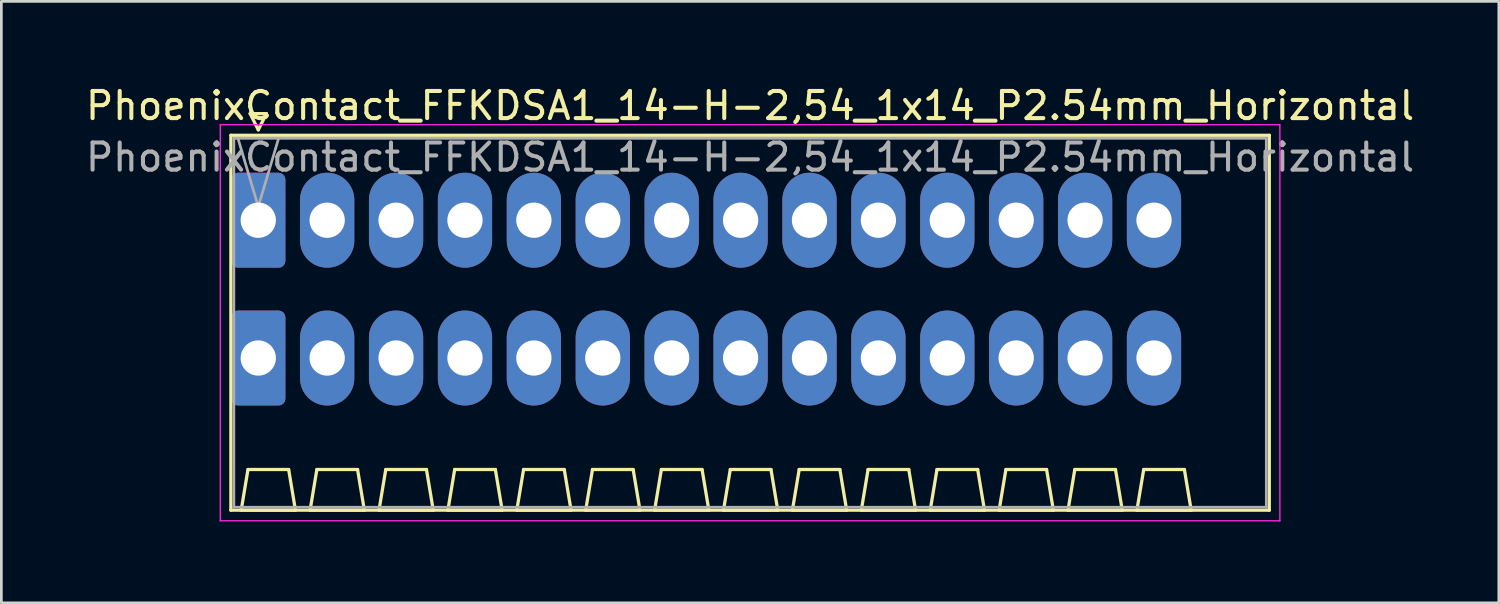
<source format=kicad_pcb>
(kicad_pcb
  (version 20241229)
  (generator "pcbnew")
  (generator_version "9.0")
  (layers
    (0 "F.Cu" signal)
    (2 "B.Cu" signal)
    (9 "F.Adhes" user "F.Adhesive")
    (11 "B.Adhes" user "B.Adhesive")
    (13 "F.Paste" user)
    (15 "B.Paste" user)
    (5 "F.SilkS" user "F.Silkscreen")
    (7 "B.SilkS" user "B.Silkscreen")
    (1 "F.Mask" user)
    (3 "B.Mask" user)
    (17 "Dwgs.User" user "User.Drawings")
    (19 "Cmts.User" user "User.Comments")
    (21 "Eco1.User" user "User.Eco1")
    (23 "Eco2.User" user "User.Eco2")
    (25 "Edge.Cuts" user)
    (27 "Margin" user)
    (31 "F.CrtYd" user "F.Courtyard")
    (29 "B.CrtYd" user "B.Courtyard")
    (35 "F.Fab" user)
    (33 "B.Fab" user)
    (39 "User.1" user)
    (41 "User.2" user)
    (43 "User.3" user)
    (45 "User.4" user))
  (footprint "PhoenixContact_FFKDSA1_14-H-2,54_1x14_P2.54mm_Horizontal"
    (layer "F.Cu")
    (at 6.471 5.068)
    (property "Reference" "PhoenixContact_FFKDSA1_14-H-2,54_1x14_P2.54mm_Horizontal" (at 18.13 -4.22 0) (layer "F.SilkS") (effects (font (size 1 1) (thickness 0.15))))
    (attr through_hole)
    (fp_line (start -1.01 -3.13) (end -1.01 10.69) (stroke (width 0.12) (type solid)) (layer "F.SilkS"))
    (fp_line (start -1.01 10.69) (end 37.27 10.69) (stroke (width 0.12) (type solid)) (layer "F.SilkS"))
    (fp_line (start -0.63 10.69) (end 1.37 10.69) (stroke (width 0.12) (type solid)) (layer "F.SilkS"))
    (fp_line (start -0.38 9.19) (end -0.63 10.69) (stroke (width 0.12) (type solid)) (layer "F.SilkS"))
    (fp_line (start -0.3 -3.93) (end 0.3 -3.93) (stroke (width 0.12) (type solid)) (layer "F.SilkS"))
    (fp_line (start 0 -3.33) (end -0.3 -3.93) (stroke (width 0.12) (type solid)) (layer "F.SilkS"))
    (fp_line (start 0.3 -3.93) (end 0 -3.33) (stroke (width 0.12) (type solid)) (layer "F.SilkS"))
    (fp_line (start 1.12 9.19) (end -0.38 9.19) (stroke (width 0.12) (type solid)) (layer "F.SilkS"))
    (fp_line (start 1.37 10.69) (end 1.12 9.19) (stroke (width 0.12) (type solid)) (layer "F.SilkS"))
    (fp_line (start 1.91 10.69) (end 3.91 10.69) (stroke (width 0.12) (type solid)) (layer "F.SilkS"))
    (fp_line (start 2.16 9.19) (end 1.91 10.69) (stroke (width 0.12) (type solid)) (layer "F.SilkS"))
    (fp_line (start 3.66 9.19) (end 2.16 9.19) (stroke (width 0.12) (type solid)) (layer "F.SilkS"))
    (fp_line (start 3.91 10.69) (end 3.66 9.19) (stroke (width 0.12) (type solid)) (layer "F.SilkS"))
    (fp_line (start 4.45 10.69) (end 6.45 10.69) (stroke (width 0.12) (type solid)) (layer "F.SilkS"))
    (fp_line (start 4.7 9.19) (end 4.45 10.69) (stroke (width 0.12) (type solid)) (layer "F.SilkS"))
    (fp_line (start 6.2 9.19) (end 4.7 9.19) (stroke (width 0.12) (type solid)) (layer "F.SilkS"))
    (fp_line (start 6.45 10.69) (end 6.2 9.19) (stroke (width 0.12) (type solid)) (layer "F.SilkS"))
    (fp_line (start 6.99 10.69) (end 8.99 10.69) (stroke (width 0.12) (type solid)) (layer "F.SilkS"))
    (fp_line (start 7.24 9.19) (end 6.99 10.69) (stroke (width 0.12) (type solid)) (layer "F.SilkS"))
    (fp_line (start 8.74 9.19) (end 7.24 9.19) (stroke (width 0.12) (type solid)) (layer "F.SilkS"))
    (fp_line (start 8.99 10.69) (end 8.74 9.19) (stroke (width 0.12) (type solid)) (layer "F.SilkS"))
    (fp_line (start 9.53 10.69) (end 11.53 10.69) (stroke (width 0.12) (type solid)) (layer "F.SilkS"))
    (fp_line (start 9.78 9.19) (end 9.53 10.69) (stroke (width 0.12) (type solid)) (layer "F.SilkS"))
    (fp_line (start 11.28 9.19) (end 9.78 9.19) (stroke (width 0.12) (type solid)) (layer "F.SilkS"))
    (fp_line (start 11.53 10.69) (end 11.28 9.19) (stroke (width 0.12) (type solid)) (layer "F.SilkS"))
    (fp_line (start 12.07 10.69) (end 14.07 10.69) (stroke (width 0.12) (type solid)) (layer "F.SilkS"))
    (fp_line (start 12.32 9.19) (end 12.07 10.69) (stroke (width 0.12) (type solid)) (layer "F.SilkS"))
    (fp_line (start 13.82 9.19) (end 12.32 9.19) (stroke (width 0.12) (type solid)) (layer "F.SilkS"))
    (fp_line (start 14.07 10.69) (end 13.82 9.19) (stroke (width 0.12) (type solid)) (layer "F.SilkS"))
    (fp_line (start 14.61 10.69) (end 16.61 10.69) (stroke (width 0.12) (type solid)) (layer "F.SilkS"))
    (fp_line (start 14.86 9.19) (end 14.61 10.69) (stroke (width 0.12) (type solid)) (layer "F.SilkS"))
    (fp_line (start 16.36 9.19) (end 14.86 9.19) (stroke (width 0.12) (type solid)) (layer "F.SilkS"))
    (fp_line (start 16.61 10.69) (end 16.36 9.19) (stroke (width 0.12) (type solid)) (layer "F.SilkS"))
    (fp_line (start 17.15 10.69) (end 19.15 10.69) (stroke (width 0.12) (type solid)) (layer "F.SilkS"))
    (fp_line (start 17.4 9.19) (end 17.15 10.69) (stroke (width 0.12) (type solid)) (layer "F.SilkS"))
    (fp_line (start 18.9 9.19) (end 17.4 9.19) (stroke (width 0.12) (type solid)) (layer "F.SilkS"))
    (fp_line (start 19.15 10.69) (end 18.9 9.19) (stroke (width 0.12) (type solid)) (layer "F.SilkS"))
    (fp_line (start 19.69 10.69) (end 21.69 10.69) (stroke (width 0.12) (type solid)) (layer "F.SilkS"))
    (fp_line (start 19.94 9.19) (end 19.69 10.69) (stroke (width 0.12) (type solid)) (layer "F.SilkS"))
    (fp_line (start 21.44 9.19) (end 19.94 9.19) (stroke (width 0.12) (type solid)) (layer "F.SilkS"))
    (fp_line (start 21.69 10.69) (end 21.44 9.19) (stroke (width 0.12) (type solid)) (layer "F.SilkS"))
    (fp_line (start 22.23 10.69) (end 24.23 10.69) (stroke (width 0.12) (type solid)) (layer "F.SilkS"))
    (fp_line (start 22.48 9.19) (end 22.23 10.69) (stroke (width 0.12) (type solid)) (layer "F.SilkS"))
    (fp_line (start 23.98 9.19) (end 22.48 9.19) (stroke (width 0.12) (type solid)) (layer "F.SilkS"))
    (fp_line (start 24.23 10.69) (end 23.98 9.19) (stroke (width 0.12) (type solid)) (layer "F.SilkS"))
    (fp_line (start 24.77 10.69) (end 26.77 10.69) (stroke (width 0.12) (type solid)) (layer "F.SilkS"))
    (fp_line (start 25.02 9.19) (end 24.77 10.69) (stroke (width 0.12) (type solid)) (layer "F.SilkS"))
    (fp_line (start 26.52 9.19) (end 25.02 9.19) (stroke (width 0.12) (type solid)) (layer "F.SilkS"))
    (fp_line (start 26.77 10.69) (end 26.52 9.19) (stroke (width 0.12) (type solid)) (layer "F.SilkS"))
    (fp_line (start 27.31 10.69) (end 29.31 10.69) (stroke (width 0.12) (type solid)) (layer "F.SilkS"))
    (fp_line (start 27.56 9.19) (end 27.31 10.69) (stroke (width 0.12) (type solid)) (layer "F.SilkS"))
    (fp_line (start 29.06 9.19) (end 27.56 9.19) (stroke (width 0.12) (type solid)) (layer "F.SilkS"))
    (fp_line (start 29.31 10.69) (end 29.06 9.19) (stroke (width 0.12) (type solid)) (layer "F.SilkS"))
    (fp_line (start 29.85 10.69) (end 31.85 10.69) (stroke (width 0.12) (type solid)) (layer "F.SilkS"))
    (fp_line (start 30.1 9.19) (end 29.85 10.69) (stroke (width 0.12) (type solid)) (layer "F.SilkS"))
    (fp_line (start 31.6 9.19) (end 30.1 9.19) (stroke (width 0.12) (type solid)) (layer "F.SilkS"))
    (fp_line (start 31.85 10.69) (end 31.6 9.19) (stroke (width 0.12) (type solid)) (layer "F.SilkS"))
    (fp_line (start 32.39 10.69) (end 34.39 10.69) (stroke (width 0.12) (type solid)) (layer "F.SilkS"))
    (fp_line (start 32.64 9.19) (end 32.39 10.69) (stroke (width 0.12) (type solid)) (layer "F.SilkS"))
    (fp_line (start 34.14 9.19) (end 32.64 9.19) (stroke (width 0.12) (type solid)) (layer "F.SilkS"))
    (fp_line (start 34.39 10.69) (end 34.14 9.19) (stroke (width 0.12) (type solid)) (layer "F.SilkS"))
    (fp_line (start 37.27 -3.13) (end -1.01 -3.13) (stroke (width 0.12) (type solid)) (layer "F.SilkS"))
    (fp_line (start 37.27 10.69) (end 37.27 -3.13) (stroke (width 0.12) (type solid)) (layer "F.SilkS"))
    (fp_line (start -1.4 -3.52) (end -1.4 11.08) (stroke (width 0.05) (type solid)) (layer "F.CrtYd"))
    (fp_line (start -1.4 11.08) (end 37.66 11.08) (stroke (width 0.05) (type solid)) (layer "F.CrtYd"))
    (fp_line (start 37.66 -3.52) (end -1.4 -3.52) (stroke (width 0.05) (type solid)) (layer "F.CrtYd"))
    (fp_line (start 37.66 11.08) (end 37.66 -3.52) (stroke (width 0.05) (type solid)) (layer "F.CrtYd"))
    (fp_line (start -0.9 -3.02) (end -0.9 10.58) (stroke (width 0.1) (type solid)) (layer "F.Fab"))
    (fp_line (start -0.9 10.58) (end 37.16 10.58) (stroke (width 0.1) (type solid)) (layer "F.Fab"))
    (fp_line (start 0 -0.5) (end -0.75 -3.02) (stroke (width 0.1) (type solid)) (layer "F.Fab"))
    (fp_line (start 0.75 -3.02) (end 0 -0.5) (stroke (width 0.1) (type solid)) (layer "F.Fab"))
    (fp_line (start 37.16 -3.02) (end -0.9 -3.02) (stroke (width 0.1) (type solid)) (layer "F.Fab"))
    (fp_line (start 37.16 10.58) (end 37.16 -3.02) (stroke (width 0.1) (type solid)) (layer "F.Fab"))
    (fp_text user "${REFERENCE}" (at 18.13 -2.32 0) (layer "F.Fab") (effects (font (size 1 1) (thickness 0.15))))
    (pad "1" thru_hole roundrect (at 0 0) (size 2 3.5) (drill 1.3) (layers "*.Cu" "*.Mask") (roundrect_rratio 0.125))
    (pad "1" thru_hole roundrect (at 0 5.08) (size 2 3.5) (drill 1.3) (layers "*.Cu" "*.Mask") (roundrect_rratio 0.125))
    (pad "2" thru_hole oval (at 2.54 0) (size 2 3.5) (drill 1.3) (layers "*.Cu" "*.Mask"))
    (pad "2" thru_hole oval (at 2.54 5.08) (size 2 3.5) (drill 1.3) (layers "*.Cu" "*.Mask"))
    (pad "3" thru_hole oval (at 5.08 0) (size 2 3.5) (drill 1.3) (layers "*.Cu" "*.Mask"))
    (pad "3" thru_hole oval (at 5.08 5.08) (size 2 3.5) (drill 1.3) (layers "*.Cu" "*.Mask"))
    (pad "4" thru_hole oval (at 7.62 0) (size 2 3.5) (drill 1.3) (layers "*.Cu" "*.Mask"))
    (pad "4" thru_hole oval (at 7.62 5.08) (size 2 3.5) (drill 1.3) (layers "*.Cu" "*.Mask"))
    (pad "5" thru_hole oval (at 10.16 0) (size 2 3.5) (drill 1.3) (layers "*.Cu" "*.Mask"))
    (pad "5" thru_hole oval (at 10.16 5.08) (size 2 3.5) (drill 1.3) (layers "*.Cu" "*.Mask"))
    (pad "6" thru_hole oval (at 12.7 0) (size 2 3.5) (drill 1.3) (layers "*.Cu" "*.Mask"))
    (pad "6" thru_hole oval (at 12.7 5.08) (size 2 3.5) (drill 1.3) (layers "*.Cu" "*.Mask"))
    (pad "7" thru_hole oval (at 15.24 0) (size 2 3.5) (drill 1.3) (layers "*.Cu" "*.Mask"))
    (pad "7" thru_hole oval (at 15.24 5.08) (size 2 3.5) (drill 1.3) (layers "*.Cu" "*.Mask"))
    (pad "8" thru_hole oval (at 17.78 0) (size 2 3.5) (drill 1.3) (layers "*.Cu" "*.Mask"))
    (pad "8" thru_hole oval (at 17.78 5.08) (size 2 3.5) (drill 1.3) (layers "*.Cu" "*.Mask"))
    (pad "9" thru_hole oval (at 20.32 0) (size 2 3.5) (drill 1.3) (layers "*.Cu" "*.Mask"))
    (pad "9" thru_hole oval (at 20.32 5.08) (size 2 3.5) (drill 1.3) (layers "*.Cu" "*.Mask"))
    (pad "10" thru_hole oval (at 22.86 0) (size 2 3.5) (drill 1.3) (layers "*.Cu" "*.Mask"))
    (pad "10" thru_hole oval (at 22.86 5.08) (size 2 3.5) (drill 1.3) (layers "*.Cu" "*.Mask"))
    (pad "11" thru_hole oval (at 25.4 0) (size 2 3.5) (drill 1.3) (layers "*.Cu" "*.Mask"))
    (pad "11" thru_hole oval (at 25.4 5.08) (size 2 3.5) (drill 1.3) (layers "*.Cu" "*.Mask"))
    (pad "12" thru_hole oval (at 27.94 0) (size 2 3.5) (drill 1.3) (layers "*.Cu" "*.Mask"))
    (pad "12" thru_hole oval (at 27.94 5.08) (size 2 3.5) (drill 1.3) (layers "*.Cu" "*.Mask"))
    (pad "13" thru_hole oval (at 30.48 0) (size 2 3.5) (drill 1.3) (layers "*.Cu" "*.Mask"))
    (pad "13" thru_hole oval (at 30.48 5.08) (size 2 3.5) (drill 1.3) (layers "*.Cu" "*.Mask"))
    (pad "14" thru_hole oval (at 33.02 0) (size 2 3.5) (drill 1.3) (layers "*.Cu" "*.Mask"))
    (pad "14" thru_hole oval (at 33.02 5.08) (size 2 3.5) (drill 1.3) (layers "*.Cu" "*.Mask")))
  (gr_rect
    (start -3 -3)
    (end 52.202 19.173)
    (stroke (width 0.1) (type default))
    (fill no)
    (layer "Edge.Cuts")))
</source>
